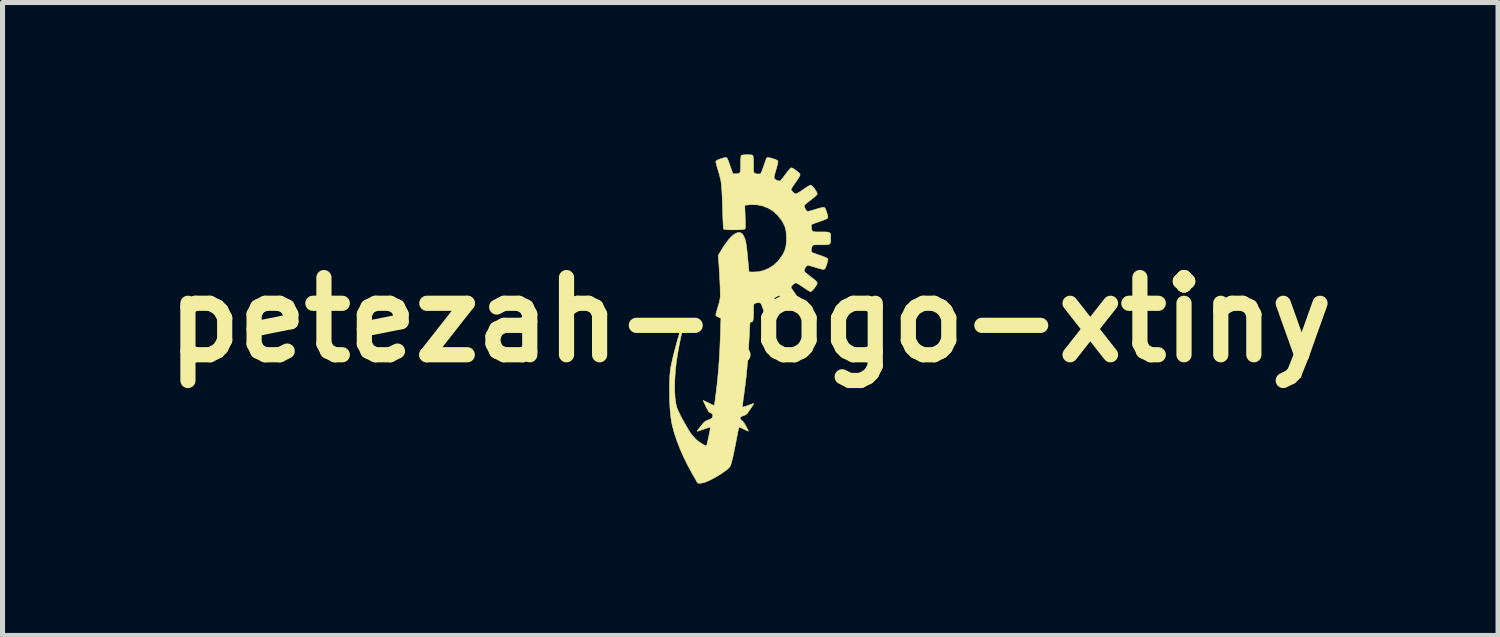
<source format=kicad_pcb>
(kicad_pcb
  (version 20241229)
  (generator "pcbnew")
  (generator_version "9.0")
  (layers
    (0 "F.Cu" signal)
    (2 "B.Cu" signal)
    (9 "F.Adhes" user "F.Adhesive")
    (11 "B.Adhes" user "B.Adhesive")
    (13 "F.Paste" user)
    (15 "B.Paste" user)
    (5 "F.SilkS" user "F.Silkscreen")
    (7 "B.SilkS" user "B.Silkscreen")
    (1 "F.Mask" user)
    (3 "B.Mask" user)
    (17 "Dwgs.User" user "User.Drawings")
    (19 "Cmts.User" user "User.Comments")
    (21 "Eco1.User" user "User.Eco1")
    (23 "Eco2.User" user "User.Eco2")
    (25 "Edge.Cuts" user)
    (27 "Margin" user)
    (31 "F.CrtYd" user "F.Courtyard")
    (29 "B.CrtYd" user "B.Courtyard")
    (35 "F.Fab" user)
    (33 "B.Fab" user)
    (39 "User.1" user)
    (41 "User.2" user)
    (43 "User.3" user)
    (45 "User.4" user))
  (footprint "petezah-logo-xtiny"
    (layer "F.Cu")
    (at 11.764 3.265)
    (property "Reference" "petezah-logo-xtiny" (at 0 0 0) (layer "F.SilkS") (effects (font (size 1.524 1.524) (thickness 0.3))))
    (attr through_hole)
    (fp_poly (pts (xy -0.013 -3.259) (xy 0.018 -3.257) (xy 0.037 -3.253) (xy 0.048 -3.246) (xy 0.053 -3.239) (xy 0.057 -3.221) (xy 0.06 -3.187) (xy 0.062 -3.139) (xy 0.063 -3.084) (xy 0.064 -3.065) (xy 0.064 -3.005) (xy 0.064 -2.963) (xy 0.066 -2.934) (xy 0.07 -2.916) (xy 0.076 -2.905) (xy 0.084 -2.897) (xy 0.087 -2.895) (xy 0.113 -2.884) (xy 0.147 -2.879) (xy 0.18 -2.88) (xy 0.205 -2.888) (xy 0.209 -2.892) (xy 0.217 -2.906) (xy 0.229 -2.937) (xy 0.245 -2.979) (xy 0.262 -3.029) (xy 0.265 -3.037) (xy 0.282 -3.088) (xy 0.298 -3.133) (xy 0.311 -3.168) (xy 0.318 -3.187) (xy 0.319 -3.188) (xy 0.329 -3.2) (xy 0.344 -3.205) (xy 0.369 -3.203) (xy 0.407 -3.194) (xy 0.454 -3.18) (xy 0.498 -3.165) (xy 0.525 -3.153) (xy 0.54 -3.141) (xy 0.546 -3.128) (xy 0.545 -3.107) (xy 0.538 -3.069) (xy 0.524 -3.018) (xy 0.508 -2.963) (xy 0.492 -2.91) (xy 0.48 -2.862) (xy 0.472 -2.825) (xy 0.469 -2.803) (xy 0.47 -2.8) (xy 0.484 -2.78) (xy 0.511 -2.761) (xy 0.545 -2.746) (xy 0.575 -2.741) (xy 0.588 -2.745) (xy 0.605 -2.759) (xy 0.628 -2.785) (xy 0.659 -2.824) (xy 0.691 -2.867) (xy 0.725 -2.912) (xy 0.755 -2.951) (xy 0.78 -2.98) (xy 0.796 -2.997) (xy 0.8 -2.999) (xy 0.815 -3.001) (xy 0.835 -2.995) (xy 0.863 -2.979) (xy 0.902 -2.951) (xy 0.923 -2.935) (xy 0.96 -2.903) (xy 0.98 -2.879) (xy 0.984 -2.864) (xy 0.978 -2.847) (xy 0.962 -2.816) (xy 0.937 -2.777) (xy 0.906 -2.731) (xy 0.894 -2.714) (xy 0.862 -2.668) (xy 0.835 -2.628) (xy 0.816 -2.596) (xy 0.805 -2.577) (xy 0.804 -2.573) (xy 0.812 -2.555) (xy 0.833 -2.531) (xy 0.859 -2.508) (xy 0.884 -2.492) (xy 0.9 -2.487) (xy 0.916 -2.493) (xy 0.946 -2.509) (xy 0.986 -2.533) (xy 1.031 -2.563) (xy 1.046 -2.574) (xy 1.092 -2.605) (xy 1.133 -2.632) (xy 1.166 -2.651) (xy 1.187 -2.66) (xy 1.19 -2.661) (xy 1.208 -2.653) (xy 1.232 -2.631) (xy 1.259 -2.6) (xy 1.284 -2.565) (xy 1.306 -2.53) (xy 1.318 -2.501) (xy 1.321 -2.487) (xy 1.315 -2.472) (xy 1.298 -2.452) (xy 1.269 -2.426) (xy 1.225 -2.391) (xy 1.197 -2.369) (xy 1.153 -2.335) (xy 1.115 -2.304) (xy 1.086 -2.28) (xy 1.069 -2.264) (xy 1.067 -2.261) (xy 1.066 -2.241) (xy 1.075 -2.211) (xy 1.09 -2.18) (xy 1.109 -2.155) (xy 1.127 -2.142) (xy 1.145 -2.143) (xy 1.178 -2.15) (xy 1.222 -2.162) (xy 1.273 -2.177) (xy 1.282 -2.18) (xy 1.334 -2.196) (xy 1.381 -2.209) (xy 1.419 -2.218) (xy 1.441 -2.222) (xy 1.443 -2.223) (xy 1.46 -2.219) (xy 1.474 -2.207) (xy 1.488 -2.183) (xy 1.502 -2.144) (xy 1.519 -2.088) (xy 1.52 -2.083) (xy 1.53 -2.048) (xy 1.533 -2.027) (xy 1.53 -2.014) (xy 1.521 -2.004) (xy 1.516 -2.001) (xy 1.499 -1.991) (xy 1.465 -1.976) (xy 1.42 -1.959) (xy 1.369 -1.941) (xy 1.359 -1.937) (xy 1.308 -1.92) (xy 1.264 -1.904) (xy 1.232 -1.892) (xy 1.214 -1.884) (xy 1.213 -1.883) (xy 1.206 -1.865) (xy 1.205 -1.835) (xy 1.209 -1.801) (xy 1.217 -1.771) (xy 1.223 -1.76) (xy 1.23 -1.751) (xy 1.239 -1.744) (xy 1.253 -1.74) (xy 1.277 -1.737) (xy 1.312 -1.736) (xy 1.364 -1.736) (xy 1.396 -1.736) (xy 1.464 -1.736) (xy 1.514 -1.734) (xy 1.548 -1.728) (xy 1.569 -1.718) (xy 1.581 -1.7) (xy 1.586 -1.673) (xy 1.587 -1.634) (xy 1.587 -1.609) (xy 1.587 -1.564) (xy 1.585 -1.531) (xy 1.577 -1.508) (xy 1.561 -1.494) (xy 1.534 -1.486) (xy 1.493 -1.482) (xy 1.435 -1.482) (xy 1.396 -1.482) (xy 1.336 -1.482) (xy 1.292 -1.481) (xy 1.263 -1.479) (xy 1.245 -1.476) (xy 1.234 -1.47) (xy 1.226 -1.462) (xy 1.223 -1.457) (xy 1.212 -1.432) (xy 1.206 -1.399) (xy 1.205 -1.366) (xy 1.209 -1.341) (xy 1.213 -1.334) (xy 1.226 -1.328) (xy 1.255 -1.316) (xy 1.297 -1.301) (xy 1.346 -1.284) (xy 1.359 -1.28) (xy 1.411 -1.262) (xy 1.457 -1.244) (xy 1.493 -1.229) (xy 1.514 -1.218) (xy 1.516 -1.217) (xy 1.528 -1.206) (xy 1.533 -1.195) (xy 1.531 -1.177) (xy 1.523 -1.147) (xy 1.52 -1.134) (xy 1.503 -1.076) (xy 1.488 -1.037) (xy 1.475 -1.012) (xy 1.461 -0.999) (xy 1.444 -0.995) (xy 1.443 -0.995) (xy 1.423 -0.998) (xy 1.388 -1.007) (xy 1.341 -1.019) (xy 1.29 -1.035) (xy 1.282 -1.038) (xy 1.23 -1.053) (xy 1.185 -1.065) (xy 1.149 -1.073) (xy 1.128 -1.075) (xy 1.127 -1.075) (xy 1.109 -1.062) (xy 1.09 -1.037) (xy 1.075 -1.006) (xy 1.066 -0.976) (xy 1.067 -0.956) (xy 1.079 -0.944) (xy 1.104 -0.922) (xy 1.139 -0.893) (xy 1.182 -0.86) (xy 1.197 -0.848) (xy 1.249 -0.808) (xy 1.285 -0.777) (xy 1.308 -0.754) (xy 1.319 -0.737) (xy 1.321 -0.73) (xy 1.316 -0.708) (xy 1.3 -0.677) (xy 1.277 -0.642) (xy 1.251 -0.608) (xy 1.224 -0.579) (xy 1.202 -0.56) (xy 1.19 -0.556) (xy 1.174 -0.562) (xy 1.145 -0.579) (xy 1.106 -0.603) (xy 1.061 -0.633) (xy 1.046 -0.644) (xy 1 -0.675) (xy 0.958 -0.701) (xy 0.925 -0.72) (xy 0.903 -0.73) (xy 0.9 -0.73) (xy 0.879 -0.723) (xy 0.853 -0.705) (xy 0.827 -0.681) (xy 0.809 -0.658) (xy 0.804 -0.644) (xy 0.81 -0.631) (xy 0.826 -0.604) (xy 0.851 -0.567) (xy 0.881 -0.523) (xy 0.894 -0.504) (xy 0.927 -0.457) (xy 0.954 -0.414) (xy 0.973 -0.38) (xy 0.983 -0.358) (xy 0.984 -0.353) (xy 0.977 -0.333) (xy 0.954 -0.307) (xy 0.923 -0.283) (xy 0.878 -0.249) (xy 0.846 -0.228) (xy 0.823 -0.218) (xy 0.806 -0.216) (xy 0.8 -0.218) (xy 0.788 -0.229) (xy 0.766 -0.253) (xy 0.738 -0.289) (xy 0.705 -0.331) (xy 0.691 -0.35) (xy 0.652 -0.403) (xy 0.623 -0.439) (xy 0.601 -0.462) (xy 0.585 -0.474) (xy 0.575 -0.476) (xy 0.543 -0.47) (xy 0.509 -0.456) (xy 0.483 -0.436) (xy 0.47 -0.417) (xy 0.471 -0.399) (xy 0.477 -0.364) (xy 0.489 -0.319) (xy 0.504 -0.266) (xy 0.508 -0.254) (xy 0.526 -0.193) (xy 0.539 -0.143) (xy 0.546 -0.107) (xy 0.546 -0.089) (xy 0.539 -0.075) (xy 0.523 -0.063) (xy 0.495 -0.051) (xy 0.454 -0.037) (xy 0.402 -0.022) (xy 0.366 -0.013) (xy 0.342 -0.012) (xy 0.328 -0.018) (xy 0.319 -0.029) (xy 0.312 -0.046) (xy 0.3 -0.078) (xy 0.285 -0.122) (xy 0.268 -0.172) (xy 0.265 -0.18) (xy 0.247 -0.23) (xy 0.231 -0.274) (xy 0.218 -0.307) (xy 0.21 -0.324) (xy 0.209 -0.325) (xy 0.19 -0.335) (xy 0.159 -0.338) (xy 0.125 -0.335) (xy 0.095 -0.327) (xy 0.087 -0.322) (xy 0.078 -0.315) (xy 0.071 -0.304) (xy 0.067 -0.288) (xy 0.065 -0.262) (xy 0.064 -0.223) (xy 0.064 -0.167) (xy 0.064 -0.159) (xy 0.063 -0.087) (xy 0.06 -0.034) (xy 0.055 0.003) (xy 0.047 0.026) (xy 0.035 0.038) (xy 0.019 0.042) (xy 0.018 0.042) (xy 0.008 0.043) (xy 0.001 0.046) (xy -0.004 0.056) (xy -0.007 0.075) (xy -0.01 0.106) (xy -0.013 0.153) (xy -0.015 0.209) (xy -0.028 0.461) (xy -0.043 0.697) (xy -0.062 0.92) (xy -0.083 1.136) (xy -0.109 1.349) (xy -0.128 1.49) (xy -0.138 1.557) (xy -0.145 1.617) (xy -0.151 1.666) (xy -0.154 1.701) (xy -0.155 1.72) (xy -0.154 1.722) (xy -0.143 1.721) (xy -0.115 1.714) (xy -0.077 1.702) (xy -0.044 1.69) (xy -0.000314 1.674) (xy 0.036 1.661) (xy 0.06 1.653) (xy 0.067 1.651) (xy 0.065 1.659) (xy 0.052 1.682) (xy 0.031 1.715) (xy 0.004 1.756) (xy 0.001 1.761) (xy -0.031 1.807) (xy -0.054 1.839) (xy -0.073 1.86) (xy -0.09 1.873) (xy -0.11 1.883) (xy -0.129 1.89) (xy -0.162 1.902) (xy -0.185 1.914) (xy -0.193 1.92) (xy -0.201 1.947) (xy -0.188 1.971) (xy -0.17 1.984) (xy -0.148 2.002) (xy -0.122 2.037) (xy -0.09 2.09) (xy -0.086 2.098) (xy -0.065 2.138) (xy -0.048 2.171) (xy -0.038 2.193) (xy -0.037 2.199) (xy -0.047 2.196) (xy -0.072 2.186) (xy -0.106 2.169) (xy -0.126 2.16) (xy -0.164 2.141) (xy -0.196 2.126) (xy -0.216 2.118) (xy -0.22 2.117) (xy -0.224 2.127) (xy -0.232 2.154) (xy -0.242 2.197) (xy -0.253 2.251) (xy -0.265 2.314) (xy -0.269 2.336) (xy -0.296 2.476) (xy -0.32 2.597) (xy -0.342 2.699) (xy -0.362 2.78) (xy -0.379 2.842) (xy -0.393 2.883) (xy -0.402 2.899) (xy -0.431 2.931) (xy -0.475 2.969) (xy -0.532 3.01) (xy -0.597 3.053) (xy -0.667 3.096) (xy -0.738 3.135) (xy -0.806 3.17) (xy -0.868 3.197) (xy -0.909 3.211) (xy -0.962 3.223) (xy -1.005 3.227) (xy -1.034 3.223) (xy -1.044 3.215) (xy -1.055 3.196) (xy -1.069 3.171) (xy -1.07 3.17) (xy -1.082 3.147) (xy -1.102 3.112) (xy -1.127 3.07) (xy -1.142 3.043) (xy -1.231 2.882) (xy -1.313 2.716) (xy -1.387 2.548) (xy -1.451 2.382) (xy -1.504 2.223) (xy -1.543 2.073) (xy -1.551 2.035) (xy -1.565 1.95) (xy -1.577 1.848) (xy -1.586 1.733) (xy -1.592 1.61) (xy -1.595 1.483) (xy -1.596 1.356) (xy -1.594 1.233) (xy -1.589 1.118) (xy -1.581 1.016) (xy -1.572 0.948) (xy -1.563 0.9) (xy -1.549 0.837) (xy -1.532 0.76) (xy -1.511 0.676) (xy -1.488 0.587) (xy -1.464 0.498) (xy -1.441 0.412) (xy -1.418 0.333) (xy -1.398 0.266) (xy -1.391 0.243) (xy -1.375 0.198) (xy -1.358 0.155) (xy -1.343 0.118) (xy -1.33 0.09) (xy -1.32 0.072) (xy -1.315 0.069) (xy -1.316 0.082) (xy -1.317 0.085) (xy -1.321 0.104) (xy -1.329 0.139) (xy -1.339 0.187) (xy -1.351 0.243) (xy -1.359 0.28) (xy -1.398 0.468) (xy -1.43 0.639) (xy -1.455 0.797) (xy -1.473 0.944) (xy -1.485 1.085) (xy -1.492 1.222) (xy -1.493 1.323) (xy -1.491 1.444) (xy -1.484 1.547) (xy -1.473 1.634) (xy -1.457 1.708) (xy -1.445 1.747) (xy -1.429 1.784) (xy -1.405 1.835) (xy -1.375 1.896) (xy -1.34 1.962) (xy -1.302 2.031) (xy -1.265 2.096) (xy -1.23 2.155) (xy -1.2 2.203) (xy -1.165 2.253) (xy -1.125 2.302) (xy -1.087 2.345) (xy -1.068 2.364) (xy -1.036 2.39) (xy -0.998 2.418) (xy -0.958 2.444) (xy -0.921 2.466) (xy -0.89 2.481) (xy -0.869 2.488) (xy -0.864 2.487) (xy -0.86 2.475) (xy -0.852 2.446) (xy -0.843 2.405) (xy -0.832 2.357) (xy -0.821 2.303) (xy -0.81 2.25) (xy -0.8 2.201) (xy -0.793 2.16) (xy -0.788 2.132) (xy -0.787 2.119) (xy -0.788 2.119) (xy -0.799 2.121) (xy -0.826 2.128) (xy -0.865 2.14) (xy -0.912 2.157) (xy -0.916 2.158) (xy -0.964 2.174) (xy -1.005 2.188) (xy -1.034 2.198) (xy -1.049 2.201) (xy -1.049 2.201) (xy -1.047 2.194) (xy -1.033 2.173) (xy -1.01 2.142) (xy -0.981 2.104) (xy -0.979 2.102) (xy -0.944 2.059) (xy -0.918 2.029) (xy -0.896 2.009) (xy -0.874 1.995) (xy -0.848 1.984) (xy -0.829 1.977) (xy -0.785 1.959) (xy -0.758 1.938) (xy -0.744 1.913) (xy -0.741 1.879) (xy -0.747 1.86) (xy -0.768 1.845) (xy -0.781 1.84) (xy -0.799 1.831) (xy -0.814 1.819) (xy -0.829 1.8) (xy -0.846 1.77) (xy -0.868 1.726) (xy -0.876 1.71) (xy -0.897 1.666) (xy -0.915 1.628) (xy -0.927 1.603) (xy -0.931 1.592) (xy -0.931 1.592) (xy -0.923 1.594) (xy -0.899 1.605) (xy -0.863 1.622) (xy -0.824 1.641) (xy -0.782 1.662) (xy -0.746 1.678) (xy -0.722 1.688) (xy -0.713 1.69) (xy -0.71 1.678) (xy -0.704 1.648) (xy -0.697 1.602) (xy -0.689 1.544) (xy -0.68 1.477) (xy -0.671 1.403) (xy -0.662 1.328) (xy -0.643 1.152) (xy -0.627 0.972) (xy -0.613 0.784) (xy -0.602 0.586) (xy -0.593 0.372) (xy -0.587 0.199) (xy -0.58 -0.032) (xy -0.627 -0.052) (xy -0.656 -0.067) (xy -0.676 -0.082) (xy -0.68 -0.088) (xy -0.68 -0.103) (xy -0.673 -0.135) (xy -0.662 -0.178) (xy -0.647 -0.23) (xy -0.64 -0.254) (xy -0.621 -0.315) (xy -0.608 -0.362) (xy -0.6 -0.401) (xy -0.595 -0.436) (xy -0.593 -0.475) (xy -0.593 -0.512) (xy -0.594 -0.568) (xy -0.596 -0.641) (xy -0.599 -0.726) (xy -0.603 -0.818) (xy -0.608 -0.912) (xy -0.614 -1.003) (xy -0.619 -1.088) (xy -0.624 -1.151) (xy -0.634 -1.27) (xy -0.596 -1.336) (xy -0.528 -1.447) (xy -0.462 -1.54) (xy -0.401 -1.615) (xy -0.343 -1.671) (xy -0.29 -1.707) (xy -0.242 -1.724) (xy -0.228 -1.725) (xy -0.191 -1.72) (xy -0.162 -1.702) (xy -0.137 -1.668) (xy -0.118 -1.63) (xy -0.107 -1.601) (xy -0.097 -1.569) (xy -0.088 -1.53) (xy -0.08 -1.483) (xy -0.072 -1.424) (xy -0.064 -1.351) (xy -0.055 -1.261) (xy -0.049 -1.2) (xy -0.026 -0.947) (xy 0.042 -0.944) (xy 0.155 -0.949) (xy 0.264 -0.974) (xy 0.366 -1.018) (xy 0.461 -1.079) (xy 0.546 -1.157) (xy 0.616 -1.248) (xy 0.656 -1.316) (xy 0.685 -1.382) (xy 0.703 -1.452) (xy 0.712 -1.531) (xy 0.714 -1.609) (xy 0.711 -1.7) (xy 0.701 -1.777) (xy 0.681 -1.845) (xy 0.651 -1.911) (xy 0.616 -1.969) (xy 0.541 -2.065) (xy 0.455 -2.143) (xy 0.358 -2.204) (xy 0.251 -2.247) (xy 0.137 -2.271) (xy 0.016 -2.275) (xy -0.058 -2.268) (xy -0.109 -2.262) (xy -0.101 -2.035) (xy -0.099 -1.954) (xy -0.098 -1.892) (xy -0.098 -1.847) (xy -0.1 -1.817) (xy -0.103 -1.799) (xy -0.106 -1.793) (xy -0.121 -1.788) (xy -0.153 -1.783) (xy -0.198 -1.78) (xy -0.251 -1.778) (xy -0.309 -1.777) (xy -0.368 -1.777) (xy -0.423 -1.778) (xy -0.47 -1.781) (xy -0.505 -1.785) (xy -0.525 -1.79) (xy -0.526 -1.791) (xy -0.53 -1.805) (xy -0.533 -1.838) (xy -0.536 -1.886) (xy -0.539 -1.949) (xy -0.542 -2.023) (xy -0.544 -2.105) (xy -0.544 -2.111) (xy -0.549 -2.273) (xy -0.554 -2.414) (xy -0.561 -2.534) (xy -0.568 -2.634) (xy -0.576 -2.712) (xy -0.583 -2.756) (xy -0.59 -2.789) (xy -0.603 -2.836) (xy -0.618 -2.893) (xy -0.636 -2.952) (xy -0.64 -2.966) (xy -0.656 -3.019) (xy -0.669 -3.066) (xy -0.678 -3.103) (xy -0.681 -3.125) (xy -0.68 -3.129) (xy -0.665 -3.145) (xy -0.633 -3.162) (xy -0.587 -3.18) (xy -0.532 -3.196) (xy -0.532 -3.197) (xy -0.498 -3.204) (xy -0.478 -3.205) (xy -0.465 -3.199) (xy -0.46 -3.195) (xy -0.452 -3.18) (xy -0.438 -3.149) (xy -0.421 -3.106) (xy -0.402 -3.054) (xy -0.395 -3.032) (xy -0.344 -2.884) (xy -0.282 -2.884) (xy -0.25 -2.885) (xy -0.226 -2.89) (xy -0.21 -2.901) (xy -0.199 -2.921) (xy -0.194 -2.953) (xy -0.191 -2.999) (xy -0.191 -3.064) (xy -0.191 -3.08) (xy -0.19 -3.151) (xy -0.187 -3.202) (xy -0.183 -3.234) (xy -0.178 -3.247) (xy -0.16 -3.254) (xy -0.122 -3.258) (xy -0.067 -3.26) (xy -0.062 -3.26) (xy -0.013 -3.259)) (stroke (width 0.01) (type solid)) (fill yes) (layer "F.SilkS")))
  (gr_rect
    (start -3 -3)
    (end 26.528 9.497)
    (stroke (width 0.1) (type default))
    (fill no)
    (layer "Edge.Cuts")))
</source>
